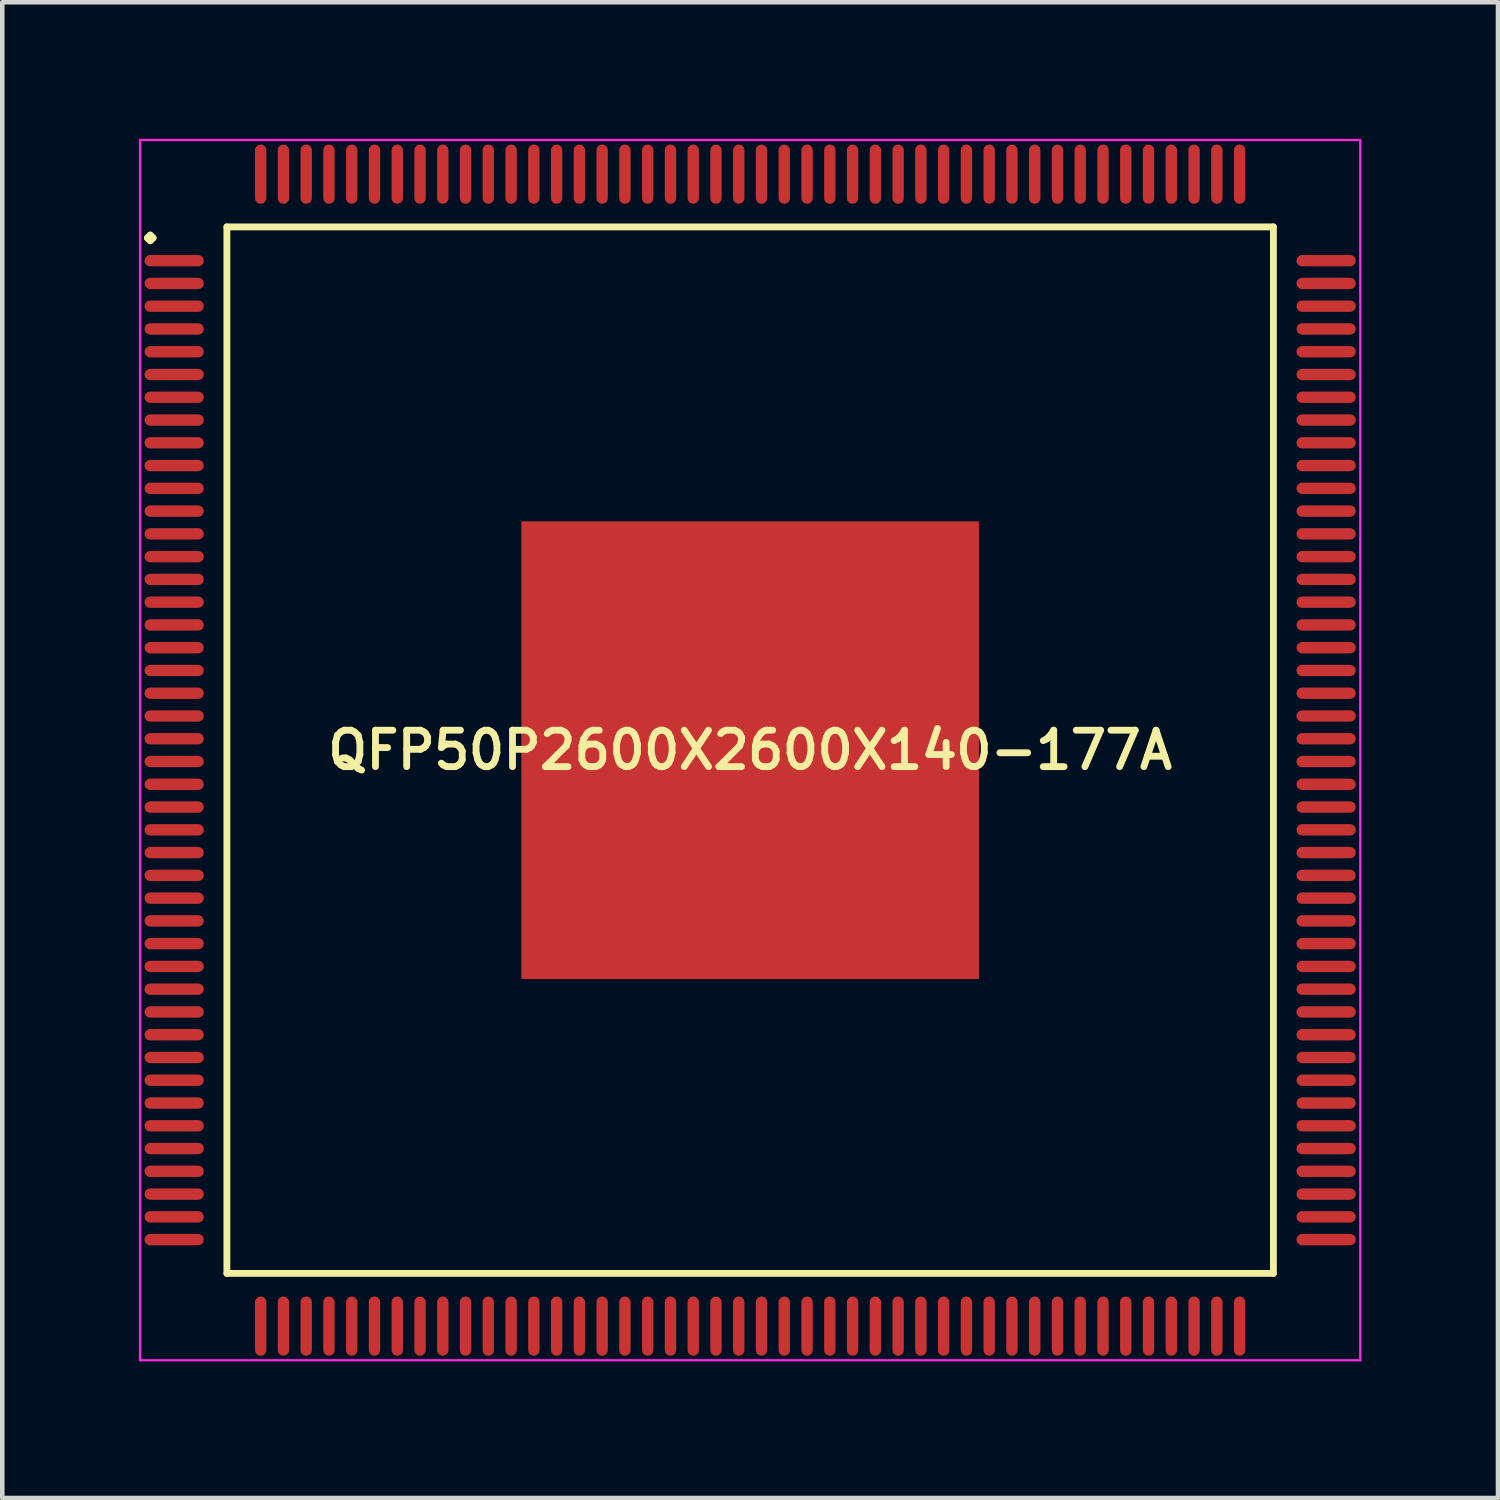
<source format=kicad_pcb>
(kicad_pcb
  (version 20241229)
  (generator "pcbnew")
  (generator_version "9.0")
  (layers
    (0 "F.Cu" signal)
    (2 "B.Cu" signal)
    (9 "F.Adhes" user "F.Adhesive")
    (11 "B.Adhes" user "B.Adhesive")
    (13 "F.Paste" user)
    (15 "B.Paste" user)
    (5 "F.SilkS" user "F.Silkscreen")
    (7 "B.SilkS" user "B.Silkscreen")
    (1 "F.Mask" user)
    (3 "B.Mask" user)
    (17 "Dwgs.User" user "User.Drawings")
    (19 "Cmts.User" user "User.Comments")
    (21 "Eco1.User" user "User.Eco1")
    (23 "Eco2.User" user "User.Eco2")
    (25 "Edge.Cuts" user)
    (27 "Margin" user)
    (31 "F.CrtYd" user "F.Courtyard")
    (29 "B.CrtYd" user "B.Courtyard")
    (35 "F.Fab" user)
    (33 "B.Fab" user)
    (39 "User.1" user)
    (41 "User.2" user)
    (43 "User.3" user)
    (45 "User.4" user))
  (footprint "QFP50P2600X2600X140-177A"
    (layer "F.Cu")
    (at 13.425 13.425)
    (property "Reference" "QFP50P2600X2600X140-177A" (at 0 0 0) (layer "F.SilkS") (effects (font (size 0.8 0.8) (thickness 0.15))))
    (attr smd)
    (fp_line (start -13.238 -11.25) (end -13.175 -11.312) (stroke (width 0.15) (type solid)) (layer "F.SilkS"))
    (fp_line (start -13.175 -11.312) (end -13.113 -11.25) (stroke (width 0.15) (type solid)) (layer "F.SilkS"))
    (fp_line (start -13.175 -11.188) (end -13.238 -11.25) (stroke (width 0.15) (type solid)) (layer "F.SilkS"))
    (fp_line (start -13.113 -11.25) (end -13.175 -11.188) (stroke (width 0.15) (type solid)) (layer "F.SilkS"))
    (fp_line (start -11.492 -11.492) (end -11.492 11.492) (stroke (width 0.15) (type solid)) (layer "F.SilkS"))
    (fp_line (start -11.492 11.492) (end 11.492 11.492) (stroke (width 0.15) (type solid)) (layer "F.SilkS"))
    (fp_line (start 11.492 -11.492) (end -11.492 -11.492) (stroke (width 0.15) (type solid)) (layer "F.SilkS"))
    (fp_line (start 11.492 11.492) (end 11.492 -11.492) (stroke (width 0.15) (type solid)) (layer "F.SilkS"))
    (fp_line (start -13.4 -13.4) (end 13.4 -13.4) (stroke (width 0.05) (type solid)) (layer "F.CrtYd"))
    (fp_line (start -13.4 13.4) (end -13.4 -13.4) (stroke (width 0.05) (type solid)) (layer "F.CrtYd"))
    (fp_line (start 13.4 -13.4) (end 13.4 13.4) (stroke (width 0.05) (type solid)) (layer "F.CrtYd"))
    (fp_line (start 13.4 13.4) (end -13.4 13.4) (stroke (width 0.05) (type solid)) (layer "F.CrtYd"))
    (pad "1" smd oval (at -12.65 -10.75) (size 1.3 0.25) (layers "F.Cu" "F.Mask" "F.Paste"))
    (pad "2" smd oval (at -12.65 -10.25) (size 1.3 0.25) (layers "F.Cu" "F.Mask" "F.Paste"))
    (pad "3" smd oval (at -12.65 -9.75) (size 1.3 0.25) (layers "F.Cu" "F.Mask" "F.Paste"))
    (pad "4" smd oval (at -12.65 -9.25) (size 1.3 0.25) (layers "F.Cu" "F.Mask" "F.Paste"))
    (pad "5" smd oval (at -12.65 -8.75) (size 1.3 0.25) (layers "F.Cu" "F.Mask" "F.Paste"))
    (pad "6" smd oval (at -12.65 -8.25) (size 1.3 0.25) (layers "F.Cu" "F.Mask" "F.Paste"))
    (pad "7" smd oval (at -12.65 -7.75) (size 1.3 0.25) (layers "F.Cu" "F.Mask" "F.Paste"))
    (pad "8" smd oval (at -12.65 -7.25) (size 1.3 0.25) (layers "F.Cu" "F.Mask" "F.Paste"))
    (pad "9" smd oval (at -12.65 -6.75) (size 1.3 0.25) (layers "F.Cu" "F.Mask" "F.Paste"))
    (pad "10" smd oval (at -12.65 -6.25) (size 1.3 0.25) (layers "F.Cu" "F.Mask" "F.Paste"))
    (pad "11" smd oval (at -12.65 -5.75) (size 1.3 0.25) (layers "F.Cu" "F.Mask" "F.Paste"))
    (pad "12" smd oval (at -12.65 -5.25) (size 1.3 0.25) (layers "F.Cu" "F.Mask" "F.Paste"))
    (pad "13" smd oval (at -12.65 -4.75) (size 1.3 0.25) (layers "F.Cu" "F.Mask" "F.Paste"))
    (pad "14" smd oval (at -12.65 -4.25) (size 1.3 0.25) (layers "F.Cu" "F.Mask" "F.Paste"))
    (pad "15" smd oval (at -12.65 -3.75) (size 1.3 0.25) (layers "F.Cu" "F.Mask" "F.Paste"))
    (pad "16" smd oval (at -12.65 -3.25) (size 1.3 0.25) (layers "F.Cu" "F.Mask" "F.Paste"))
    (pad "17" smd oval (at -12.65 -2.75) (size 1.3 0.25) (layers "F.Cu" "F.Mask" "F.Paste"))
    (pad "18" smd oval (at -12.65 -2.25) (size 1.3 0.25) (layers "F.Cu" "F.Mask" "F.Paste"))
    (pad "19" smd oval (at -12.65 -1.75) (size 1.3 0.25) (layers "F.Cu" "F.Mask" "F.Paste"))
    (pad "20" smd oval (at -12.65 -1.25) (size 1.3 0.25) (layers "F.Cu" "F.Mask" "F.Paste"))
    (pad "21" smd oval (at -12.65 -0.75) (size 1.3 0.25) (layers "F.Cu" "F.Mask" "F.Paste"))
    (pad "22" smd oval (at -12.65 -0.25) (size 1.3 0.25) (layers "F.Cu" "F.Mask" "F.Paste"))
    (pad "23" smd oval (at -12.65 0.25) (size 1.3 0.25) (layers "F.Cu" "F.Mask" "F.Paste"))
    (pad "24" smd oval (at -12.65 0.75) (size 1.3 0.25) (layers "F.Cu" "F.Mask" "F.Paste"))
    (pad "25" smd oval (at -12.65 1.25) (size 1.3 0.25) (layers "F.Cu" "F.Mask" "F.Paste"))
    (pad "26" smd oval (at -12.65 1.75) (size 1.3 0.25) (layers "F.Cu" "F.Mask" "F.Paste"))
    (pad "27" smd oval (at -12.65 2.25) (size 1.3 0.25) (layers "F.Cu" "F.Mask" "F.Paste"))
    (pad "28" smd oval (at -12.65 2.75) (size 1.3 0.25) (layers "F.Cu" "F.Mask" "F.Paste"))
    (pad "29" smd oval (at -12.65 3.25) (size 1.3 0.25) (layers "F.Cu" "F.Mask" "F.Paste"))
    (pad "30" smd oval (at -12.65 3.75) (size 1.3 0.25) (layers "F.Cu" "F.Mask" "F.Paste"))
    (pad "31" smd oval (at -12.65 4.25) (size 1.3 0.25) (layers "F.Cu" "F.Mask" "F.Paste"))
    (pad "32" smd oval (at -12.65 4.75) (size 1.3 0.25) (layers "F.Cu" "F.Mask" "F.Paste"))
    (pad "33" smd oval (at -12.65 5.25) (size 1.3 0.25) (layers "F.Cu" "F.Mask" "F.Paste"))
    (pad "34" smd oval (at -12.65 5.75) (size 1.3 0.25) (layers "F.Cu" "F.Mask" "F.Paste"))
    (pad "35" smd oval (at -12.65 6.25) (size 1.3 0.25) (layers "F.Cu" "F.Mask" "F.Paste"))
    (pad "36" smd oval (at -12.65 6.75) (size 1.3 0.25) (layers "F.Cu" "F.Mask" "F.Paste"))
    (pad "37" smd oval (at -12.65 7.25) (size 1.3 0.25) (layers "F.Cu" "F.Mask" "F.Paste"))
    (pad "38" smd oval (at -12.65 7.75) (size 1.3 0.25) (layers "F.Cu" "F.Mask" "F.Paste"))
    (pad "39" smd oval (at -12.65 8.25) (size 1.3 0.25) (layers "F.Cu" "F.Mask" "F.Paste"))
    (pad "40" smd oval (at -12.65 8.75) (size 1.3 0.25) (layers "F.Cu" "F.Mask" "F.Paste"))
    (pad "41" smd oval (at -12.65 9.25) (size 1.3 0.25) (layers "F.Cu" "F.Mask" "F.Paste"))
    (pad "42" smd oval (at -12.65 9.75) (size 1.3 0.25) (layers "F.Cu" "F.Mask" "F.Paste"))
    (pad "43" smd oval (at -12.65 10.25) (size 1.3 0.25) (layers "F.Cu" "F.Mask" "F.Paste"))
    (pad "44" smd oval (at -12.65 10.75) (size 1.3 0.25) (layers "F.Cu" "F.Mask" "F.Paste"))
    (pad "45" smd oval (at -10.75 12.65) (size 0.25 1.3) (layers "F.Cu" "F.Mask" "F.Paste"))
    (pad "46" smd oval (at -10.25 12.65) (size 0.25 1.3) (layers "F.Cu" "F.Mask" "F.Paste"))
    (pad "47" smd oval (at -9.75 12.65) (size 0.25 1.3) (layers "F.Cu" "F.Mask" "F.Paste"))
    (pad "48" smd oval (at -9.25 12.65) (size 0.25 1.3) (layers "F.Cu" "F.Mask" "F.Paste"))
    (pad "49" smd oval (at -8.75 12.65) (size 0.25 1.3) (layers "F.Cu" "F.Mask" "F.Paste"))
    (pad "50" smd oval (at -8.25 12.65) (size 0.25 1.3) (layers "F.Cu" "F.Mask" "F.Paste"))
    (pad "51" smd oval (at -7.75 12.65) (size 0.25 1.3) (layers "F.Cu" "F.Mask" "F.Paste"))
    (pad "52" smd oval (at -7.25 12.65) (size 0.25 1.3) (layers "F.Cu" "F.Mask" "F.Paste"))
    (pad "53" smd oval (at -6.75 12.65) (size 0.25 1.3) (layers "F.Cu" "F.Mask" "F.Paste"))
    (pad "54" smd oval (at -6.25 12.65) (size 0.25 1.3) (layers "F.Cu" "F.Mask" "F.Paste"))
    (pad "55" smd oval (at -5.75 12.65) (size 0.25 1.3) (layers "F.Cu" "F.Mask" "F.Paste"))
    (pad "56" smd oval (at -5.25 12.65) (size 0.25 1.3) (layers "F.Cu" "F.Mask" "F.Paste"))
    (pad "57" smd oval (at -4.75 12.65) (size 0.25 1.3) (layers "F.Cu" "F.Mask" "F.Paste"))
    (pad "58" smd oval (at -4.25 12.65) (size 0.25 1.3) (layers "F.Cu" "F.Mask" "F.Paste"))
    (pad "59" smd oval (at -3.75 12.65) (size 0.25 1.3) (layers "F.Cu" "F.Mask" "F.Paste"))
    (pad "60" smd oval (at -3.25 12.65) (size 0.25 1.3) (layers "F.Cu" "F.Mask" "F.Paste"))
    (pad "61" smd oval (at -2.75 12.65) (size 0.25 1.3) (layers "F.Cu" "F.Mask" "F.Paste"))
    (pad "62" smd oval (at -2.25 12.65) (size 0.25 1.3) (layers "F.Cu" "F.Mask" "F.Paste"))
    (pad "63" smd oval (at -1.75 12.65) (size 0.25 1.3) (layers "F.Cu" "F.Mask" "F.Paste"))
    (pad "64" smd oval (at -1.25 12.65) (size 0.25 1.3) (layers "F.Cu" "F.Mask" "F.Paste"))
    (pad "65" smd oval (at -0.75 12.65) (size 0.25 1.3) (layers "F.Cu" "F.Mask" "F.Paste"))
    (pad "66" smd oval (at -0.25 12.65) (size 0.25 1.3) (layers "F.Cu" "F.Mask" "F.Paste"))
    (pad "67" smd oval (at 0.25 12.65) (size 0.25 1.3) (layers "F.Cu" "F.Mask" "F.Paste"))
    (pad "68" smd oval (at 0.75 12.65) (size 0.25 1.3) (layers "F.Cu" "F.Mask" "F.Paste"))
    (pad "69" smd oval (at 1.25 12.65) (size 0.25 1.3) (layers "F.Cu" "F.Mask" "F.Paste"))
    (pad "70" smd oval (at 1.75 12.65) (size 0.25 1.3) (layers "F.Cu" "F.Mask" "F.Paste"))
    (pad "71" smd oval (at 2.25 12.65) (size 0.25 1.3) (layers "F.Cu" "F.Mask" "F.Paste"))
    (pad "72" smd oval (at 2.75 12.65) (size 0.25 1.3) (layers "F.Cu" "F.Mask" "F.Paste"))
    (pad "73" smd oval (at 3.25 12.65) (size 0.25 1.3) (layers "F.Cu" "F.Mask" "F.Paste"))
    (pad "74" smd oval (at 3.75 12.65) (size 0.25 1.3) (layers "F.Cu" "F.Mask" "F.Paste"))
    (pad "75" smd oval (at 4.25 12.65) (size 0.25 1.3) (layers "F.Cu" "F.Mask" "F.Paste"))
    (pad "76" smd oval (at 4.75 12.65) (size 0.25 1.3) (layers "F.Cu" "F.Mask" "F.Paste"))
    (pad "77" smd oval (at 5.25 12.65) (size 0.25 1.3) (layers "F.Cu" "F.Mask" "F.Paste"))
    (pad "78" smd oval (at 5.75 12.65) (size 0.25 1.3) (layers "F.Cu" "F.Mask" "F.Paste"))
    (pad "79" smd oval (at 6.25 12.65) (size 0.25 1.3) (layers "F.Cu" "F.Mask" "F.Paste"))
    (pad "80" smd oval (at 6.75 12.65) (size 0.25 1.3) (layers "F.Cu" "F.Mask" "F.Paste"))
    (pad "81" smd oval (at 7.25 12.65) (size 0.25 1.3) (layers "F.Cu" "F.Mask" "F.Paste"))
    (pad "82" smd oval (at 7.75 12.65) (size 0.25 1.3) (layers "F.Cu" "F.Mask" "F.Paste"))
    (pad "83" smd oval (at 8.25 12.65) (size 0.25 1.3) (layers "F.Cu" "F.Mask" "F.Paste"))
    (pad "84" smd oval (at 8.75 12.65) (size 0.25 1.3) (layers "F.Cu" "F.Mask" "F.Paste"))
    (pad "85" smd oval (at 9.25 12.65) (size 0.25 1.3) (layers "F.Cu" "F.Mask" "F.Paste"))
    (pad "86" smd oval (at 9.75 12.65) (size 0.25 1.3) (layers "F.Cu" "F.Mask" "F.Paste"))
    (pad "87" smd oval (at 10.25 12.65) (size 0.25 1.3) (layers "F.Cu" "F.Mask" "F.Paste"))
    (pad "88" smd oval (at 10.75 12.65) (size 0.25 1.3) (layers "F.Cu" "F.Mask" "F.Paste"))
    (pad "89" smd oval (at 12.65 10.75) (size 1.3 0.25) (layers "F.Cu" "F.Mask" "F.Paste"))
    (pad "90" smd oval (at 12.65 10.25) (size 1.3 0.25) (layers "F.Cu" "F.Mask" "F.Paste"))
    (pad "91" smd oval (at 12.65 9.75) (size 1.3 0.25) (layers "F.Cu" "F.Mask" "F.Paste"))
    (pad "92" smd oval (at 12.65 9.25) (size 1.3 0.25) (layers "F.Cu" "F.Mask" "F.Paste"))
    (pad "93" smd oval (at 12.65 8.75) (size 1.3 0.25) (layers "F.Cu" "F.Mask" "F.Paste"))
    (pad "94" smd oval (at 12.65 8.25) (size 1.3 0.25) (layers "F.Cu" "F.Mask" "F.Paste"))
    (pad "95" smd oval (at 12.65 7.75) (size 1.3 0.25) (layers "F.Cu" "F.Mask" "F.Paste"))
    (pad "96" smd oval (at 12.65 7.25) (size 1.3 0.25) (layers "F.Cu" "F.Mask" "F.Paste"))
    (pad "97" smd oval (at 12.65 6.75) (size 1.3 0.25) (layers "F.Cu" "F.Mask" "F.Paste"))
    (pad "98" smd oval (at 12.65 6.25) (size 1.3 0.25) (layers "F.Cu" "F.Mask" "F.Paste"))
    (pad "99" smd oval (at 12.65 5.75) (size 1.3 0.25) (layers "F.Cu" "F.Mask" "F.Paste"))
    (pad "100" smd oval (at 12.65 5.25) (size 1.3 0.25) (layers "F.Cu" "F.Mask" "F.Paste"))
    (pad "101" smd oval (at 12.65 4.75) (size 1.3 0.25) (layers "F.Cu" "F.Mask" "F.Paste"))
    (pad "102" smd oval (at 12.65 4.25) (size 1.3 0.25) (layers "F.Cu" "F.Mask" "F.Paste"))
    (pad "103" smd oval (at 12.65 3.75) (size 1.3 0.25) (layers "F.Cu" "F.Mask" "F.Paste"))
    (pad "104" smd oval (at 12.65 3.25) (size 1.3 0.25) (layers "F.Cu" "F.Mask" "F.Paste"))
    (pad "105" smd oval (at 12.65 2.75) (size 1.3 0.25) (layers "F.Cu" "F.Mask" "F.Paste"))
    (pad "106" smd oval (at 12.65 2.25) (size 1.3 0.25) (layers "F.Cu" "F.Mask" "F.Paste"))
    (pad "107" smd oval (at 12.65 1.75) (size 1.3 0.25) (layers "F.Cu" "F.Mask" "F.Paste"))
    (pad "108" smd oval (at 12.65 1.25) (size 1.3 0.25) (layers "F.Cu" "F.Mask" "F.Paste"))
    (pad "109" smd oval (at 12.65 0.75) (size 1.3 0.25) (layers "F.Cu" "F.Mask" "F.Paste"))
    (pad "110" smd oval (at 12.65 0.25) (size 1.3 0.25) (layers "F.Cu" "F.Mask" "F.Paste"))
    (pad "111" smd oval (at 12.65 -0.25) (size 1.3 0.25) (layers "F.Cu" "F.Mask" "F.Paste"))
    (pad "112" smd oval (at 12.65 -0.75) (size 1.3 0.25) (layers "F.Cu" "F.Mask" "F.Paste"))
    (pad "113" smd oval (at 12.65 -1.25) (size 1.3 0.25) (layers "F.Cu" "F.Mask" "F.Paste"))
    (pad "114" smd oval (at 12.65 -1.75) (size 1.3 0.25) (layers "F.Cu" "F.Mask" "F.Paste"))
    (pad "115" smd oval (at 12.65 -2.25) (size 1.3 0.25) (layers "F.Cu" "F.Mask" "F.Paste"))
    (pad "116" smd oval (at 12.65 -2.75) (size 1.3 0.25) (layers "F.Cu" "F.Mask" "F.Paste"))
    (pad "117" smd oval (at 12.65 -3.25) (size 1.3 0.25) (layers "F.Cu" "F.Mask" "F.Paste"))
    (pad "118" smd oval (at 12.65 -3.75) (size 1.3 0.25) (layers "F.Cu" "F.Mask" "F.Paste"))
    (pad "119" smd oval (at 12.65 -4.25) (size 1.3 0.25) (layers "F.Cu" "F.Mask" "F.Paste"))
    (pad "120" smd oval (at 12.65 -4.75) (size 1.3 0.25) (layers "F.Cu" "F.Mask" "F.Paste"))
    (pad "121" smd oval (at 12.65 -5.25) (size 1.3 0.25) (layers "F.Cu" "F.Mask" "F.Paste"))
    (pad "122" smd oval (at 12.65 -5.75) (size 1.3 0.25) (layers "F.Cu" "F.Mask" "F.Paste"))
    (pad "123" smd oval (at 12.65 -6.25) (size 1.3 0.25) (layers "F.Cu" "F.Mask" "F.Paste"))
    (pad "124" smd oval (at 12.65 -6.75) (size 1.3 0.25) (layers "F.Cu" "F.Mask" "F.Paste"))
    (pad "125" smd oval (at 12.65 -7.25) (size 1.3 0.25) (layers "F.Cu" "F.Mask" "F.Paste"))
    (pad "126" smd oval (at 12.65 -7.75) (size 1.3 0.25) (layers "F.Cu" "F.Mask" "F.Paste"))
    (pad "127" smd oval (at 12.65 -8.25) (size 1.3 0.25) (layers "F.Cu" "F.Mask" "F.Paste"))
    (pad "128" smd oval (at 12.65 -8.75) (size 1.3 0.25) (layers "F.Cu" "F.Mask" "F.Paste"))
    (pad "129" smd oval (at 12.65 -9.25) (size 1.3 0.25) (layers "F.Cu" "F.Mask" "F.Paste"))
    (pad "130" smd oval (at 12.65 -9.75) (size 1.3 0.25) (layers "F.Cu" "F.Mask" "F.Paste"))
    (pad "131" smd oval (at 12.65 -10.25) (size 1.3 0.25) (layers "F.Cu" "F.Mask" "F.Paste"))
    (pad "132" smd oval (at 12.65 -10.75) (size 1.3 0.25) (layers "F.Cu" "F.Mask" "F.Paste"))
    (pad "133" smd oval (at 10.75 -12.65) (size 0.25 1.3) (layers "F.Cu" "F.Mask" "F.Paste"))
    (pad "134" smd oval (at 10.25 -12.65) (size 0.25 1.3) (layers "F.Cu" "F.Mask" "F.Paste"))
    (pad "135" smd oval (at 9.75 -12.65) (size 0.25 1.3) (layers "F.Cu" "F.Mask" "F.Paste"))
    (pad "136" smd oval (at 9.25 -12.65) (size 0.25 1.3) (layers "F.Cu" "F.Mask" "F.Paste"))
    (pad "137" smd oval (at 8.75 -12.65) (size 0.25 1.3) (layers "F.Cu" "F.Mask" "F.Paste"))
    (pad "138" smd oval (at 8.25 -12.65) (size 0.25 1.3) (layers "F.Cu" "F.Mask" "F.Paste"))
    (pad "139" smd oval (at 7.75 -12.65) (size 0.25 1.3) (layers "F.Cu" "F.Mask" "F.Paste"))
    (pad "140" smd oval (at 7.25 -12.65) (size 0.25 1.3) (layers "F.Cu" "F.Mask" "F.Paste"))
    (pad "141" smd oval (at 6.75 -12.65) (size 0.25 1.3) (layers "F.Cu" "F.Mask" "F.Paste"))
    (pad "142" smd oval (at 6.25 -12.65) (size 0.25 1.3) (layers "F.Cu" "F.Mask" "F.Paste"))
    (pad "143" smd oval (at 5.75 -12.65) (size 0.25 1.3) (layers "F.Cu" "F.Mask" "F.Paste"))
    (pad "144" smd oval (at 5.25 -12.65) (size 0.25 1.3) (layers "F.Cu" "F.Mask" "F.Paste"))
    (pad "145" smd oval (at 4.75 -12.65) (size 0.25 1.3) (layers "F.Cu" "F.Mask" "F.Paste"))
    (pad "146" smd oval (at 4.25 -12.65) (size 0.25 1.3) (layers "F.Cu" "F.Mask" "F.Paste"))
    (pad "147" smd oval (at 3.75 -12.65) (size 0.25 1.3) (layers "F.Cu" "F.Mask" "F.Paste"))
    (pad "148" smd oval (at 3.25 -12.65) (size 0.25 1.3) (layers "F.Cu" "F.Mask" "F.Paste"))
    (pad "149" smd oval (at 2.75 -12.65) (size 0.25 1.3) (layers "F.Cu" "F.Mask" "F.Paste"))
    (pad "150" smd oval (at 2.25 -12.65) (size 0.25 1.3) (layers "F.Cu" "F.Mask" "F.Paste"))
    (pad "151" smd oval (at 1.75 -12.65) (size 0.25 1.3) (layers "F.Cu" "F.Mask" "F.Paste"))
    (pad "152" smd oval (at 1.25 -12.65) (size 0.25 1.3) (layers "F.Cu" "F.Mask" "F.Paste"))
    (pad "153" smd oval (at 0.75 -12.65) (size 0.25 1.3) (layers "F.Cu" "F.Mask" "F.Paste"))
    (pad "154" smd oval (at 0.25 -12.65) (size 0.25 1.3) (layers "F.Cu" "F.Mask" "F.Paste"))
    (pad "155" smd oval (at -0.25 -12.65) (size 0.25 1.3) (layers "F.Cu" "F.Mask" "F.Paste"))
    (pad "156" smd oval (at -0.75 -12.65) (size 0.25 1.3) (layers "F.Cu" "F.Mask" "F.Paste"))
    (pad "157" smd oval (at -1.25 -12.65) (size 0.25 1.3) (layers "F.Cu" "F.Mask" "F.Paste"))
    (pad "158" smd oval (at -1.75 -12.65) (size 0.25 1.3) (layers "F.Cu" "F.Mask" "F.Paste"))
    (pad "159" smd oval (at -2.25 -12.65) (size 0.25 1.3) (layers "F.Cu" "F.Mask" "F.Paste"))
    (pad "160" smd oval (at -2.75 -12.65) (size 0.25 1.3) (layers "F.Cu" "F.Mask" "F.Paste"))
    (pad "161" smd oval (at -3.25 -12.65) (size 0.25 1.3) (layers "F.Cu" "F.Mask" "F.Paste"))
    (pad "162" smd oval (at -3.75 -12.65) (size 0.25 1.3) (layers "F.Cu" "F.Mask" "F.Paste"))
    (pad "163" smd oval (at -4.25 -12.65) (size 0.25 1.3) (layers "F.Cu" "F.Mask" "F.Paste"))
    (pad "164" smd oval (at -4.75 -12.65) (size 0.25 1.3) (layers "F.Cu" "F.Mask" "F.Paste"))
    (pad "165" smd oval (at -5.25 -12.65) (size 0.25 1.3) (layers "F.Cu" "F.Mask" "F.Paste"))
    (pad "166" smd oval (at -5.75 -12.65) (size 0.25 1.3) (layers "F.Cu" "F.Mask" "F.Paste"))
    (pad "167" smd oval (at -6.25 -12.65) (size 0.25 1.3) (layers "F.Cu" "F.Mask" "F.Paste"))
    (pad "168" smd oval (at -6.75 -12.65) (size 0.25 1.3) (layers "F.Cu" "F.Mask" "F.Paste"))
    (pad "169" smd oval (at -7.25 -12.65) (size 0.25 1.3) (layers "F.Cu" "F.Mask" "F.Paste"))
    (pad "170" smd oval (at -7.75 -12.65) (size 0.25 1.3) (layers "F.Cu" "F.Mask" "F.Paste"))
    (pad "171" smd oval (at -8.25 -12.65) (size 0.25 1.3) (layers "F.Cu" "F.Mask" "F.Paste"))
    (pad "172" smd oval (at -8.75 -12.65) (size 0.25 1.3) (layers "F.Cu" "F.Mask" "F.Paste"))
    (pad "173" smd oval (at -9.25 -12.65) (size 0.25 1.3) (layers "F.Cu" "F.Mask" "F.Paste"))
    (pad "174" smd oval (at -9.75 -12.65) (size 0.25 1.3) (layers "F.Cu" "F.Mask" "F.Paste"))
    (pad "175" smd oval (at -10.25 -12.65) (size 0.25 1.3) (layers "F.Cu" "F.Mask" "F.Paste"))
    (pad "176" smd oval (at -10.75 -12.65) (size 0.25 1.3) (layers "F.Cu" "F.Mask" "F.Paste"))
    (pad "177" smd rect (at 0 0) (size 10.05 10.05) (layers "F.Cu" "F.Mask" "F.Paste")))
  (gr_rect
    (start -3 -3)
    (end 29.85 29.85)
    (stroke (width 0.1) (type default))
    (fill no)
    (layer "Edge.Cuts")))
</source>
